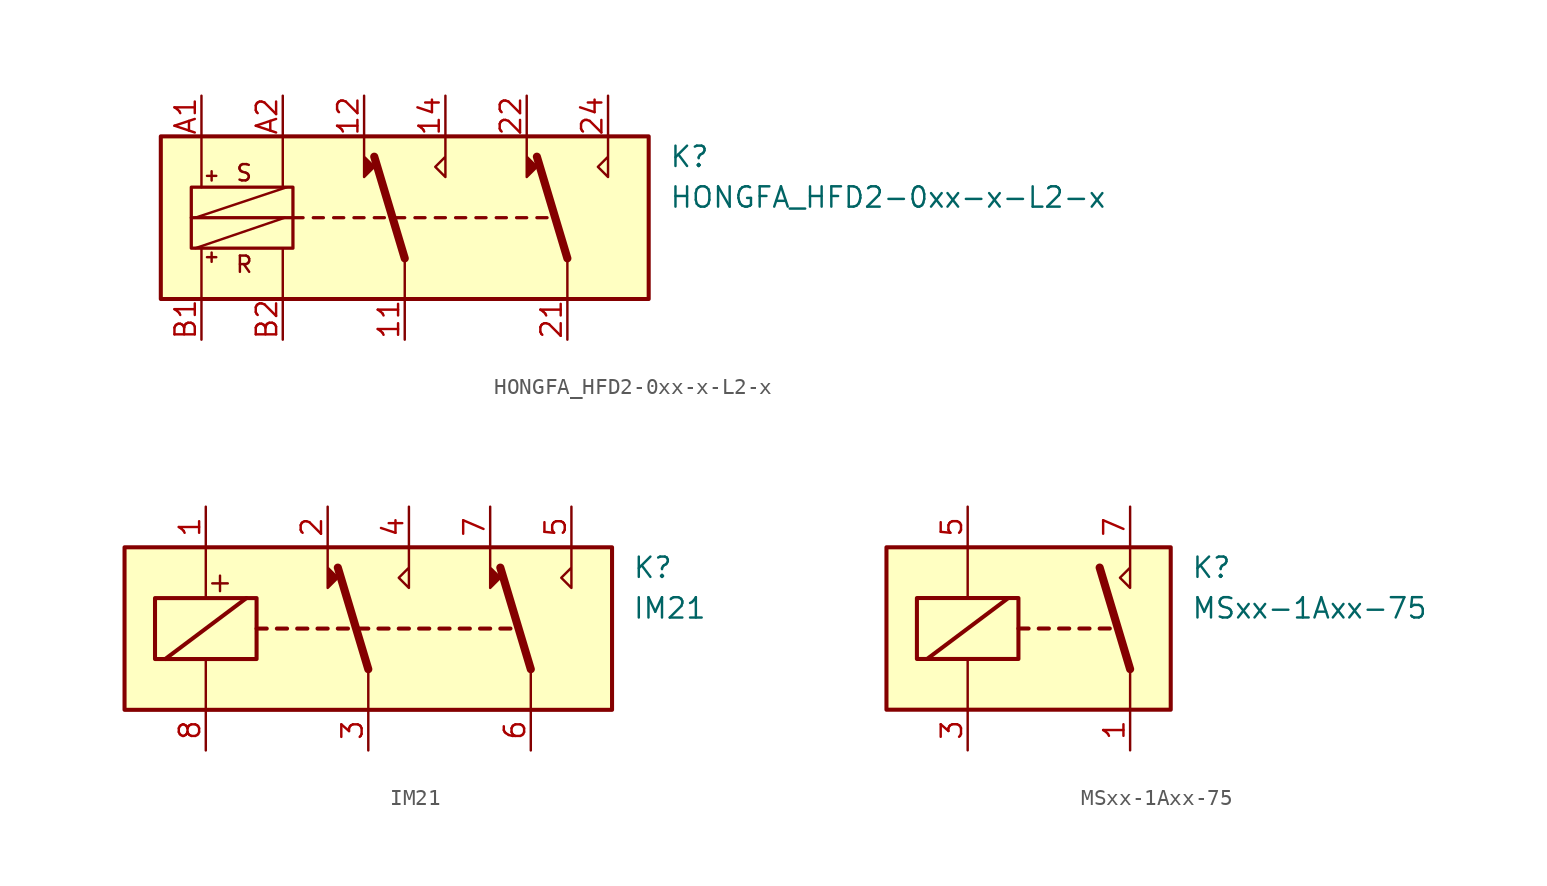
<source format=kicad_sym>
(kicad_symbol_lib
  (version 20231120)
  (generator "kicad_symbol_editor")
  (generator_version "8.0")
  (symbol "HONGFA_HFD2-0xx-x-L2-x"
    (property "Reference" "K"
      (at 16.51 3.81 0)
      (effects (font (size 1.27 1.27)) (justify left)))
    (property "Value" "HONGFA_HFD2-0xx-x-L2-x"
      (at 16.51 1.27 0)
      (effects (font (size 1.27 1.27)) (justify left)))
    (symbol "HONGFA_HFD2-0xx-x-L2-x_0_0"
      (polyline (pts (xy -2.54 5.08) (xy -2.54 2.54) (xy -1.905 3.175) (xy -2.54 3.81)) (stroke (width 0) (type default)) (fill (type outline)))
      (polyline (pts (xy 2.54 5.08) (xy 2.54 2.54) (xy 1.905 3.175) (xy 2.54 3.81)) (stroke (width 0) (type default)) (fill (type none)))
      (polyline (pts (xy 7.62 5.08) (xy 7.62 2.54) (xy 8.255 3.175) (xy 7.62 3.81)) (stroke (width 0) (type default)) (fill (type outline)))
      (polyline (pts (xy 12.7 5.08) (xy 12.7 2.54) (xy 12.065 3.175) (xy 12.7 3.81)) (stroke (width 0) (type default)) (fill (type none)))
      (text "+" (at -12.065 -2.413 0) (effects (font (size 0.762 0.762))))
      (text "+" (at -12.065 2.667 0) (effects (font (size 0.762 0.762))))
      (text "R" (at -10.033 -2.921 0) (effects (font (size 1.016 1.016))))
      (text "S" (at -10.033 2.794 0) (effects (font (size 1.016 1.016)))))
    (symbol "HONGFA_HFD2-0xx-x-L2-x_0_1"
      (rectangle (start -15.24 5.08) (end 15.24 -5.08) (stroke (width 0.254) (type default)) (fill (type background)))
      (rectangle (start -13.335 1.905) (end -6.985 -1.905) (stroke (width 0.203) (type default)) (fill (type none)))
      (polyline (pts (xy -13.335 0) (xy -6.35 0)) (stroke (width 0.203) (type default)) (fill (type none)))
      (polyline (pts (xy -13.081 -1.905) (xy -7.493 0)) (stroke (width 0) (type default)) (fill (type none)))
      (polyline (pts (xy -13.081 0) (xy -7.366 1.905)) (stroke (width 0) (type default)) (fill (type none)))
      (polyline (pts (xy -12.7 -5.08) (xy -12.7 -1.905)) (stroke (width 0) (type default)) (fill (type none)))
      (polyline (pts (xy -12.7 5.08) (xy -12.7 1.905)) (stroke (width 0) (type default)) (fill (type none)))
      (polyline (pts (xy -7.62 -5.08) (xy -7.62 -1.905)) (stroke (width 0) (type default)) (fill (type none)))
      (polyline (pts (xy -7.62 5.08) (xy -7.62 1.905)) (stroke (width 0) (type default)) (fill (type none)))
      (polyline (pts (xy -5.715 0) (xy -5.08 0)) (stroke (width 0.203) (type default)) (fill (type none)))
      (polyline (pts (xy -4.445 0) (xy -3.81 0)) (stroke (width 0.203) (type default)) (fill (type none)))
      (polyline (pts (xy -3.175 0) (xy -2.54 0)) (stroke (width 0.203) (type default)) (fill (type none)))
      (polyline (pts (xy -1.905 0) (xy -1.27 0)) (stroke (width 0.203) (type default)) (fill (type none)))
      (polyline (pts (xy -0.635 0) (xy 0 0)) (stroke (width 0.203) (type default)) (fill (type none)))
      (polyline (pts (xy 0 -2.54) (xy -1.905 3.81)) (stroke (width 0.508) (type default)) (fill (type none)))
      (polyline (pts (xy 0 -2.54) (xy 0 -5.08)) (stroke (width 0) (type default)) (fill (type none)))
      (polyline (pts (xy 0.635 0) (xy 1.27 0)) (stroke (width 0.203) (type default)) (fill (type none)))
      (polyline (pts (xy 1.905 0) (xy 2.54 0)) (stroke (width 0.203) (type default)) (fill (type none)))
      (polyline (pts (xy 3.175 0) (xy 3.81 0)) (stroke (width 0.203) (type default)) (fill (type none)))
      (polyline (pts (xy 4.445 0) (xy 5.08 0)) (stroke (width 0.203) (type default)) (fill (type none)))
      (polyline (pts (xy 5.715 0) (xy 6.35 0)) (stroke (width 0.203) (type default)) (fill (type none)))
      (polyline (pts (xy 6.985 0) (xy 7.62 0)) (stroke (width 0.203) (type default)) (fill (type none)))
      (polyline (pts (xy 8.255 0) (xy 8.89 0)) (stroke (width 0.203) (type default)) (fill (type none)))
      (polyline (pts (xy 10.16 -2.54) (xy 8.255 3.81)) (stroke (width 0.508) (type default)) (fill (type none)))
      (polyline (pts (xy 10.16 -2.54) (xy 10.16 -5.08)) (stroke (width 0) (type default)) (fill (type none))))
    (symbol "HONGFA_HFD2-0xx-x-L2-x_1_1"
      (pin passive line (at 0 -7.62 90) (length 2.54) (name "~" (effects (font (size 1.27 1.27)))) (number "11" (effects (font (size 1.27 1.27)))))
      (pin passive line (at -2.54 7.62 270) (length 2.54) (name "~" (effects (font (size 1.27 1.27)))) (number "12" (effects (font (size 1.27 1.27)))))
      (pin passive line (at 2.54 7.62 270) (length 2.54) (name "~" (effects (font (size 1.27 1.27)))) (number "14" (effects (font (size 1.27 1.27)))))
      (pin passive line (at 10.16 -7.62 90) (length 2.54) (name "~" (effects (font (size 1.27 1.27)))) (number "21" (effects (font (size 1.27 1.27)))))
      (pin passive line (at 7.62 7.62 270) (length 2.54) (name "~" (effects (font (size 1.27 1.27)))) (number "22" (effects (font (size 1.27 1.27)))))
      (pin passive line (at 12.7 7.62 270) (length 2.54) (name "~" (effects (font (size 1.27 1.27)))) (number "24" (effects (font (size 1.27 1.27)))))
      (pin passive line (at -12.7 7.62 270) (length 2.54) (name "~" (effects (font (size 1.27 1.27)))) (number "A1" (effects (font (size 1.27 1.27)))))
      (pin passive line (at -7.62 7.62 270) (length 2.54) (name "~" (effects (font (size 1.27 1.27)))) (number "A2" (effects (font (size 1.27 1.27)))))
      (pin passive line (at -12.7 -7.62 90) (length 2.54) (name "~" (effects (font (size 1.27 1.27)))) (number "B1" (effects (font (size 1.27 1.27)))))
      (pin passive line (at -7.62 -7.62 90) (length 2.54) (name "~" (effects (font (size 1.27 1.27)))) (number "B2" (effects (font (size 1.27 1.27)))))))
  (symbol "IM21"
    (property "Reference" "K"
      (at 16.51 3.81 0)
      (effects (font (size 1.27 1.27)) (justify left)))
    (property "Value" "IM21"
      (at 16.51 1.27 0)
      (effects (font (size 1.27 1.27)) (justify left)))
    (symbol "IM21_0_0"
      (text "+" (at -9.271 2.921 0) (effects (font (size 1.27 1.27)))))
    (symbol "IM21_0_1"
      (rectangle (start -15.24 5.08) (end 15.24 -5.08) (stroke (width 0.254) (type default)) (fill (type background)))
      (rectangle (start -13.335 1.905) (end -6.985 -1.905) (stroke (width 0.254) (type default)) (fill (type none)))
      (polyline (pts (xy -12.7 -1.905) (xy -7.62 1.905)) (stroke (width 0.254) (type default)) (fill (type none)))
      (polyline (pts (xy -10.16 -5.08) (xy -10.16 -1.905)) (stroke (width 0) (type default)) (fill (type none)))
      (polyline (pts (xy -10.16 5.08) (xy -10.16 1.905)) (stroke (width 0) (type default)) (fill (type none)))
      (polyline (pts (xy -6.985 0) (xy -6.35 0)) (stroke (width 0.254) (type default)) (fill (type none)))
      (polyline (pts (xy -5.715 0) (xy -5.08 0)) (stroke (width 0.254) (type default)) (fill (type none)))
      (polyline (pts (xy -4.445 0) (xy -3.81 0)) (stroke (width 0.254) (type default)) (fill (type none)))
      (polyline (pts (xy -3.175 0) (xy -2.54 0)) (stroke (width 0.254) (type default)) (fill (type none)))
      (polyline (pts (xy -1.905 0) (xy -1.27 0)) (stroke (width 0.254) (type default)) (fill (type none)))
      (polyline (pts (xy -0.635 0) (xy 0 0)) (stroke (width 0.254) (type default)) (fill (type none)))
      (polyline (pts (xy 0 -2.54) (xy -1.905 3.81)) (stroke (width 0.508) (type default)) (fill (type none)))
      (polyline (pts (xy 0 -2.54) (xy 0 -5.08)) (stroke (width 0) (type default)) (fill (type none)))
      (polyline (pts (xy 0.635 0) (xy 1.27 0)) (stroke (width 0.254) (type default)) (fill (type none)))
      (polyline (pts (xy 1.905 0) (xy 2.54 0)) (stroke (width 0.254) (type default)) (fill (type none)))
      (polyline (pts (xy 3.175 0) (xy 3.81 0)) (stroke (width 0.254) (type default)) (fill (type none)))
      (polyline (pts (xy 4.445 0) (xy 5.08 0)) (stroke (width 0.254) (type default)) (fill (type none)))
      (polyline (pts (xy 5.715 0) (xy 6.35 0)) (stroke (width 0.254) (type default)) (fill (type none)))
      (polyline (pts (xy 6.985 0) (xy 7.62 0)) (stroke (width 0.254) (type default)) (fill (type none)))
      (polyline (pts (xy 8.255 0) (xy 8.89 0)) (stroke (width 0.254) (type default)) (fill (type none)))
      (polyline (pts (xy 10.16 -2.54) (xy 8.255 3.81)) (stroke (width 0.508) (type default)) (fill (type none)))
      (polyline (pts (xy 10.16 -2.54) (xy 10.16 -5.08)) (stroke (width 0) (type default)) (fill (type none)))
      (polyline (pts (xy -2.54 5.08) (xy -2.54 2.54) (xy -1.905 3.175) (xy -2.54 3.81)) (stroke (width 0) (type default)) (fill (type outline)))
      (polyline (pts (xy 2.54 5.08) (xy 2.54 2.54) (xy 1.905 3.175) (xy 2.54 3.81)) (stroke (width 0) (type default)) (fill (type none)))
      (polyline (pts (xy 7.62 5.08) (xy 7.62 2.54) (xy 8.255 3.175) (xy 7.62 3.81)) (stroke (width 0) (type default)) (fill (type outline)))
      (polyline (pts (xy 12.7 5.08) (xy 12.7 2.54) (xy 12.065 3.175) (xy 12.7 3.81)) (stroke (width 0) (type default)) (fill (type none))))
    (symbol "IM21_1_1"
      (pin passive line (at -10.16 7.62 270) (length 2.54) (name "~" (effects (font (size 1.27 1.27)))) (number "1" (effects (font (size 1.27 1.27)))))
      (pin passive line (at -2.54 7.62 270) (length 2.54) (name "~" (effects (font (size 1.27 1.27)))) (number "2" (effects (font (size 1.27 1.27)))))
      (pin passive line (at 0 -7.62 90) (length 2.54) (name "~" (effects (font (size 1.27 1.27)))) (number "3" (effects (font (size 1.27 1.27)))))
      (pin passive line (at 2.54 7.62 270) (length 2.54) (name "~" (effects (font (size 1.27 1.27)))) (number "4" (effects (font (size 1.27 1.27)))))
      (pin passive line (at 12.7 7.62 270) (length 2.54) (name "~" (effects (font (size 1.27 1.27)))) (number "5" (effects (font (size 1.27 1.27)))))
      (pin passive line (at 10.16 -7.62 90) (length 2.54) (name "~" (effects (font (size 1.27 1.27)))) (number "6" (effects (font (size 1.27 1.27)))))
      (pin passive line (at 7.62 7.62 270) (length 2.54) (name "~" (effects (font (size 1.27 1.27)))) (number "7" (effects (font (size 1.27 1.27)))))
      (pin passive line (at -10.16 -7.62 90) (length 2.54) (name "~" (effects (font (size 1.27 1.27)))) (number "8" (effects (font (size 1.27 1.27)))))))
  (symbol "MSxx-1Axx-75"
    (property "Reference" "K"
      (at 8.89 3.81 0)
      (effects (font (size 1.27 1.27)) (justify left)))
    (property "Value" "MSxx-1Axx-75"
      (at 8.89 1.27 0)
      (effects (font (size 1.27 1.27)) (justify left)))
    (symbol "MSxx-1Axx-75_0_0"
      (polyline (pts (xy 5.08 5.08) (xy 5.08 2.54) (xy 4.445 3.175) (xy 5.08 3.81)) (stroke (width 0) (type default)) (fill (type none))))
    (symbol "MSxx-1Axx-75_0_1"
      (rectangle (start -10.16 5.08) (end 7.62 -5.08) (stroke (width 0.254) (type default)) (fill (type background)))
      (rectangle (start -8.255 1.905) (end -1.905 -1.905) (stroke (width 0.254) (type default)) (fill (type none)))
      (polyline (pts (xy -7.62 -1.905) (xy -2.54 1.905)) (stroke (width 0.254) (type default)) (fill (type none)))
      (polyline (pts (xy -5.08 -5.08) (xy -5.08 -1.905)) (stroke (width 0) (type default)) (fill (type none)))
      (polyline (pts (xy -5.08 5.08) (xy -5.08 1.905)) (stroke (width 0) (type default)) (fill (type none)))
      (polyline (pts (xy -1.905 0) (xy -1.27 0)) (stroke (width 0.254) (type default)) (fill (type none)))
      (polyline (pts (xy -0.635 0) (xy 0 0)) (stroke (width 0.254) (type default)) (fill (type none)))
      (polyline (pts (xy 0.635 0) (xy 1.27 0)) (stroke (width 0.254) (type default)) (fill (type none)))
      (polyline (pts (xy 1.905 0) (xy 2.54 0)) (stroke (width 0.254) (type default)) (fill (type none)))
      (polyline (pts (xy 3.175 0) (xy 3.81 0)) (stroke (width 0.254) (type default)) (fill (type none)))
      (polyline (pts (xy 5.08 -2.54) (xy 3.175 3.81)) (stroke (width 0.508) (type default)) (fill (type none)))
      (polyline (pts (xy 5.08 -2.54) (xy 5.08 -5.08)) (stroke (width 0) (type default)) (fill (type none))))
    (symbol "MSxx-1Axx-75_1_1"
      (pin passive line (at 5.08 -7.62 90) (length 2.54) (name "~" (effects (font (size 1.27 1.27)))) (number "1" (effects (font (size 1.27 1.27)))))
      (pin passive line (at -5.08 -7.62 90) (length 2.54) (name "~" (effects (font (size 1.27 1.27)))) (number "3" (effects (font (size 1.27 1.27)))))
      (pin passive line (at -5.08 7.62 270) (length 2.54) (name "~" (effects (font (size 1.27 1.27)))) (number "5" (effects (font (size 1.27 1.27)))))
      (pin passive line (at 5.08 7.62 270) (length 2.54) (name "~" (effects (font (size 1.27 1.27)))) (number "7" (effects (font (size 1.27 1.27))))))))
</source>
